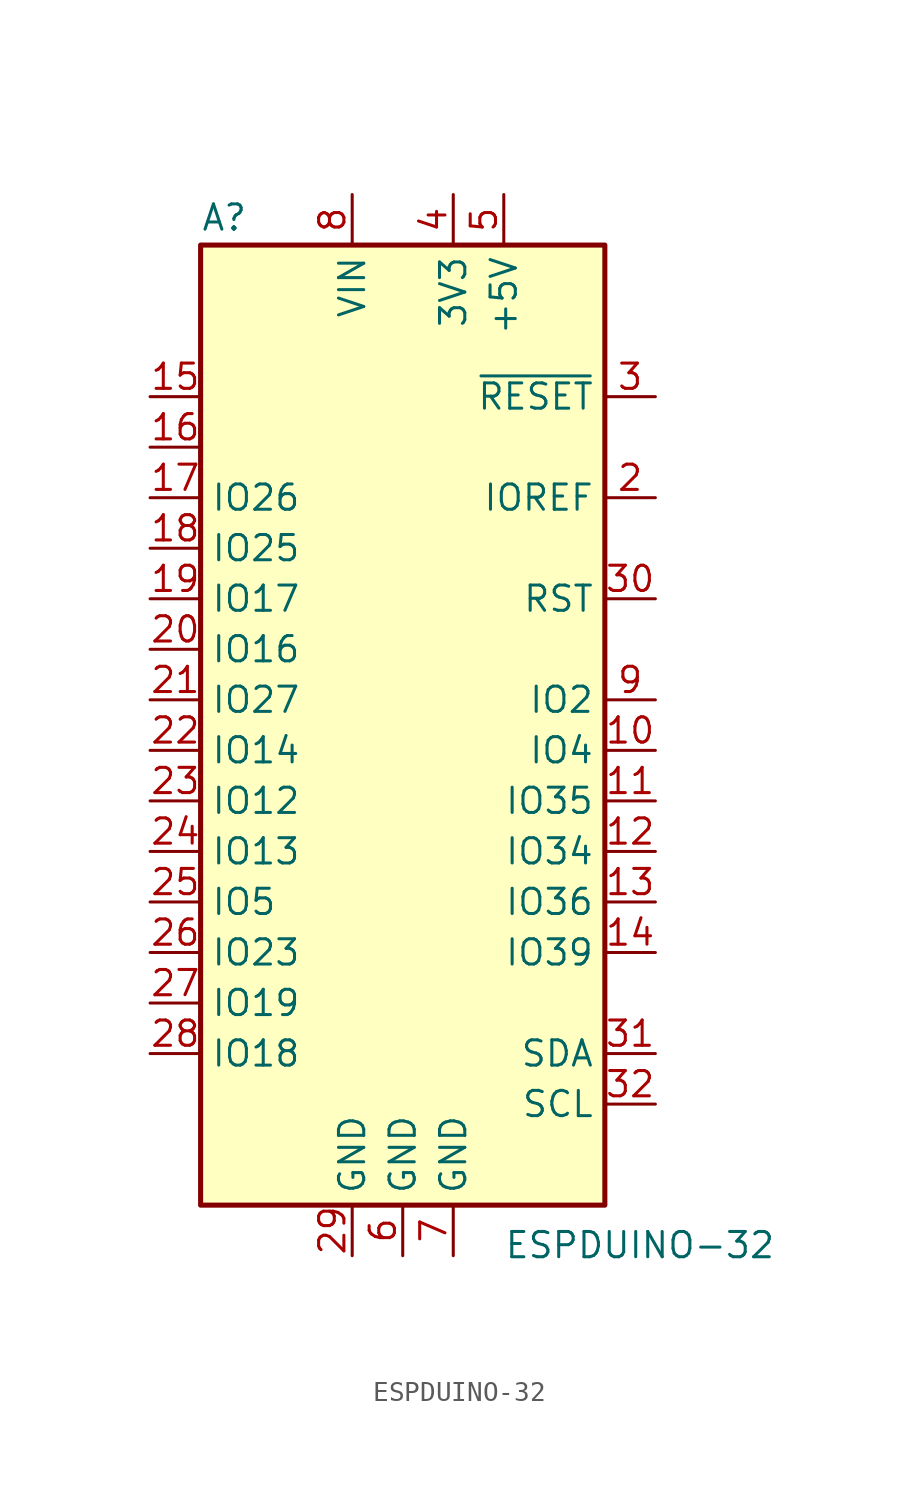
<source format=kicad_sym>
(kicad_symbol_lib
  (version 20220914)
  (generator kicad_symbol_editor)
  (symbol "ESPDUINO-32"
    (property "Reference" "A"
      (at -10.16 23.495 0)
      (effects (font (size 1.27 1.27)) (justify left bottom)))
    (property "Value" "ESPDUINO-32"
      (at 5.08 -26.67 0)
      (effects (font (size 1.27 1.27)) (justify left top)))
    (symbol "ESPDUINO-32_0_1"
      (rectangle (start -10.16 22.86) (end 10.16 -25.4) (stroke (width 0.254) (type default)) (fill (type background))))
    (symbol "ESPDUINO-32_1_1"
      (pin no_connect line (at -10.16 -20.32 0) (length 2.54) hide (name "NC" (effects (font (size 1.27 1.27)))) (number "1" (effects (font (size 1.27 1.27)))))
      (pin bidirectional line (at 12.7 -2.54 180) (length 2.54) (name "IO4" (effects (font (size 1.27 1.27)))) (number "10" (effects (font (size 1.27 1.27)))))
      (pin bidirectional line (at 12.7 -5.08 180) (length 2.54) (name "IO35" (effects (font (size 1.27 1.27)))) (number "11" (effects (font (size 1.27 1.27)))))
      (pin bidirectional line (at 12.7 -7.62 180) (length 2.54) (name "IO34" (effects (font (size 1.27 1.27)))) (number "12" (effects (font (size 1.27 1.27)))))
      (pin bidirectional line (at 12.7 -10.16 180) (length 2.54) (name "IO36" (effects (font (size 1.27 1.27)))) (number "13" (effects (font (size 1.27 1.27)))))
      (pin bidirectional line (at 12.7 -12.7 180) (length 2.54) (name "IO39" (effects (font (size 1.27 1.27)))) (number "14" (effects (font (size 1.27 1.27)))))
      (pin bidirectional line (at -12.7 15.24 0) (length 2.54) (name "" (effects (font (size 1.27 1.27)))) (number "15" (effects (font (size 1.27 1.27)))))
      (pin bidirectional line (at -12.7 12.7 0) (length 2.54) (name "" (effects (font (size 1.27 1.27)))) (number "16" (effects (font (size 1.27 1.27)))))
      (pin bidirectional line (at -12.7 10.16 0) (length 2.54) (name "IO26" (effects (font (size 1.27 1.27)))) (number "17" (effects (font (size 1.27 1.27)))))
      (pin bidirectional line (at -12.7 7.62 0) (length 2.54) (name "IO25" (effects (font (size 1.27 1.27)))) (number "18" (effects (font (size 1.27 1.27)))))
      (pin bidirectional line (at -12.7 5.08 0) (length 2.54) (name "IO17" (effects (font (size 1.27 1.27)))) (number "19" (effects (font (size 1.27 1.27)))))
      (pin output line (at 12.7 10.16 180) (length 2.54) (name "IOREF" (effects (font (size 1.27 1.27)))) (number "2" (effects (font (size 1.27 1.27)))))
      (pin bidirectional line (at -12.7 2.54 0) (length 2.54) (name "IO16" (effects (font (size 1.27 1.27)))) (number "20" (effects (font (size 1.27 1.27)))))
      (pin bidirectional line (at -12.7 0 0) (length 2.54) (name "IO27" (effects (font (size 1.27 1.27)))) (number "21" (effects (font (size 1.27 1.27)))))
      (pin bidirectional line (at -12.7 -2.54 0) (length 2.54) (name "IO14" (effects (font (size 1.27 1.27)))) (number "22" (effects (font (size 1.27 1.27)))))
      (pin bidirectional line (at -12.7 -5.08 0) (length 2.54) (name "IO12" (effects (font (size 1.27 1.27)))) (number "23" (effects (font (size 1.27 1.27)))))
      (pin bidirectional line (at -12.7 -7.62 0) (length 2.54) (name "IO13" (effects (font (size 1.27 1.27)))) (number "24" (effects (font (size 1.27 1.27)))))
      (pin bidirectional line (at -12.7 -10.16 0) (length 2.54) (name "IO5" (effects (font (size 1.27 1.27)))) (number "25" (effects (font (size 1.27 1.27)))))
      (pin bidirectional line (at -12.7 -12.7 0) (length 2.54) (name "IO23" (effects (font (size 1.27 1.27)))) (number "26" (effects (font (size 1.27 1.27)))))
      (pin bidirectional line (at -12.7 -15.24 0) (length 2.54) (name "IO19" (effects (font (size 1.27 1.27)))) (number "27" (effects (font (size 1.27 1.27)))))
      (pin bidirectional line (at -12.7 -17.78 0) (length 2.54) (name "IO18" (effects (font (size 1.27 1.27)))) (number "28" (effects (font (size 1.27 1.27)))))
      (pin power_in line (at -2.54 -27.94 90) (length 2.54) (name "GND" (effects (font (size 1.27 1.27)))) (number "29" (effects (font (size 1.27 1.27)))))
      (pin input line (at 12.7 15.24 180) (length 2.54) (name "~{RESET}" (effects (font (size 1.27 1.27)))) (number "3" (effects (font (size 1.27 1.27)))))
      (pin input line (at 12.7 5.08 180) (length 2.54) (name "RST" (effects (font (size 1.27 1.27)))) (number "30" (effects (font (size 1.27 1.27)))))
      (pin bidirectional line (at 12.7 -17.78 180) (length 2.54) (name "SDA" (effects (font (size 1.27 1.27)))) (number "31" (effects (font (size 1.27 1.27)))))
      (pin bidirectional line (at 12.7 -20.32 180) (length 2.54) (name "SCL" (effects (font (size 1.27 1.27)))) (number "32" (effects (font (size 1.27 1.27)))))
      (pin power_out line (at 2.54 25.4 270) (length 2.54) (name "3V3" (effects (font (size 1.27 1.27)))) (number "4" (effects (font (size 1.27 1.27)))))
      (pin power_out line (at 5.08 25.4 270) (length 2.54) (name "+5V" (effects (font (size 1.27 1.27)))) (number "5" (effects (font (size 1.27 1.27)))))
      (pin power_in line (at 0 -27.94 90) (length 2.54) (name "GND" (effects (font (size 1.27 1.27)))) (number "6" (effects (font (size 1.27 1.27)))))
      (pin power_in line (at 2.54 -27.94 90) (length 2.54) (name "GND" (effects (font (size 1.27 1.27)))) (number "7" (effects (font (size 1.27 1.27)))))
      (pin power_in line (at -2.54 25.4 270) (length 2.54) (name "VIN" (effects (font (size 1.27 1.27)))) (number "8" (effects (font (size 1.27 1.27)))))
      (pin bidirectional line (at 12.7 0 180) (length 2.54) (name "IO2" (effects (font (size 1.27 1.27)))) (number "9" (effects (font (size 1.27 1.27))))))))
</source>
